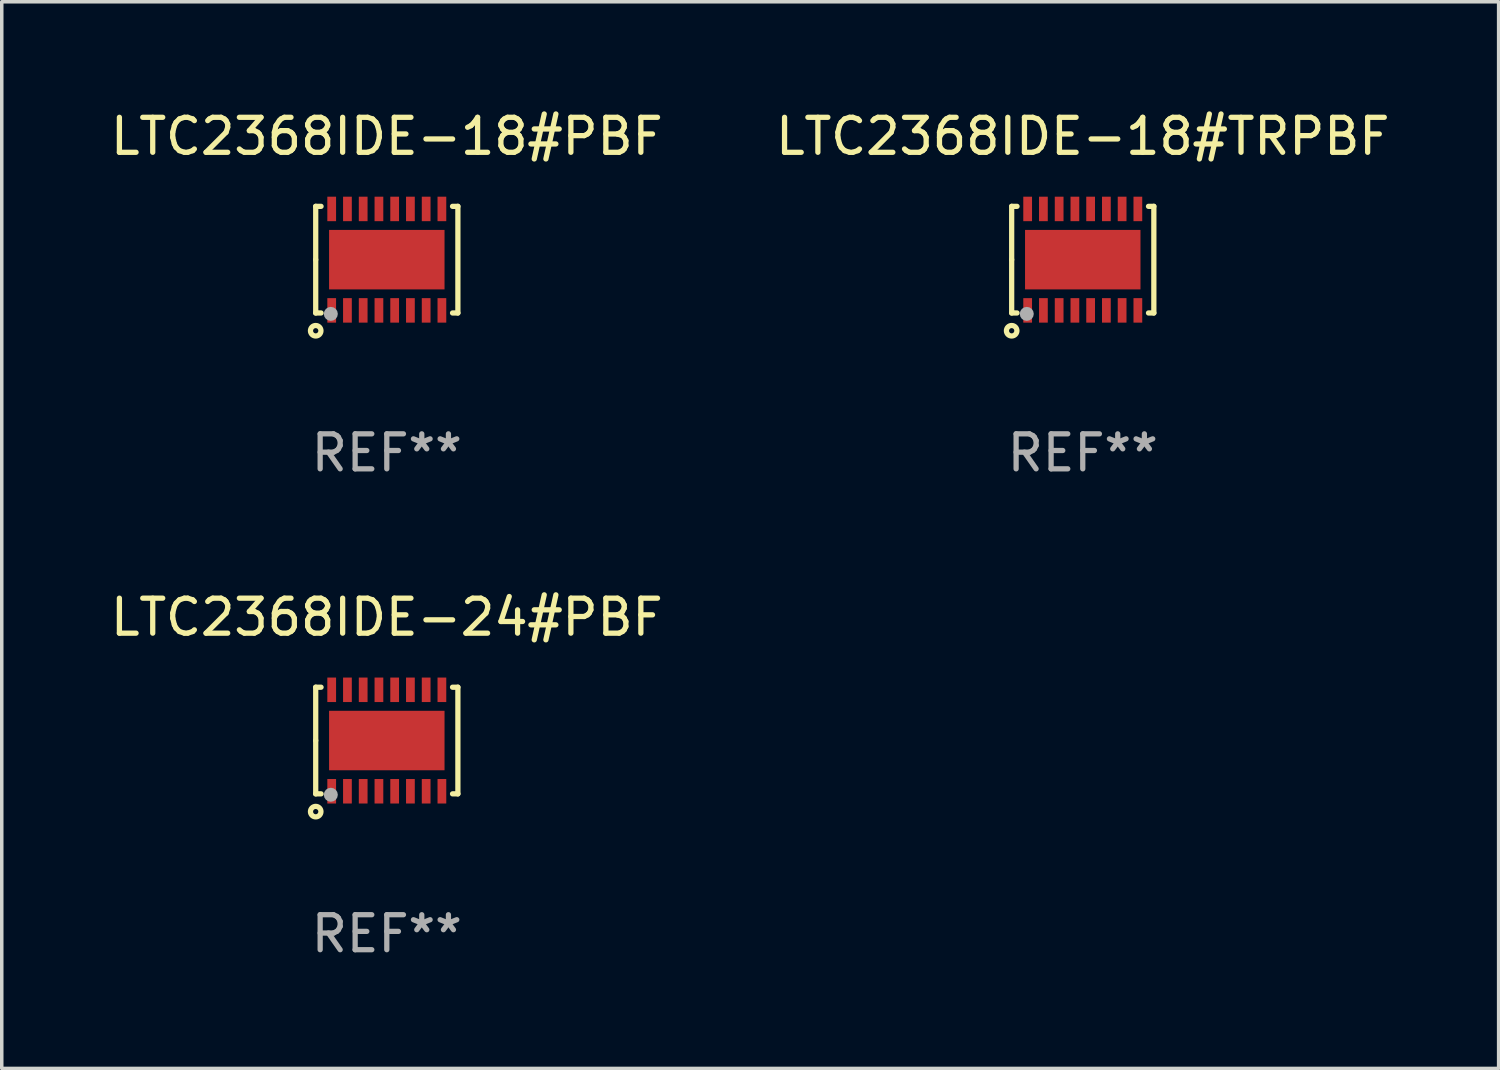
<source format=kicad_pcb>
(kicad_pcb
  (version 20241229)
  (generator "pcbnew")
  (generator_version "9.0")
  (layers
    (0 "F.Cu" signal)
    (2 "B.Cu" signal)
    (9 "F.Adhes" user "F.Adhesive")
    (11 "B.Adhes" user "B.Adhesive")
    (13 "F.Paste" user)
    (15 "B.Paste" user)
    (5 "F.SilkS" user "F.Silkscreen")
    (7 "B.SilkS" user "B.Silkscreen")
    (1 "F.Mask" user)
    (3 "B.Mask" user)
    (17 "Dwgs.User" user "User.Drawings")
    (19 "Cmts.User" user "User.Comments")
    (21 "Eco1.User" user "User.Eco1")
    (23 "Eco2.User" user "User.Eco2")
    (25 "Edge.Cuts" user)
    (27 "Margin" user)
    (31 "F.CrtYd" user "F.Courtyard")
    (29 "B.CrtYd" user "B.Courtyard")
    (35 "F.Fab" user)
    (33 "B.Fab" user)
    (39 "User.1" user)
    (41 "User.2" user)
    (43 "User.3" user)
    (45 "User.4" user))
  (footprint "LTC2368IDE-18#PBF"
    (layer "F.Cu")
    (at 8.006 4.372)
    (property "Reference" "LTC2368IDE-18#PBF" (at 0 -3.524 0) (layer "F.SilkS") (effects (font (size 1 1) (thickness 0.15))))
    (attr through_hole)
    (fp_line (start -2.032 -1.524) (end -1.879 -1.524) (stroke (width 0.15) (type solid)) (layer "F.SilkS"))
    (fp_line (start -2.032 0) (end -2.032 -1.524) (stroke (width 0.15) (type solid)) (layer "F.SilkS"))
    (fp_line (start -2.032 1.524) (end -2.032 0) (stroke (width 0.15) (type solid)) (layer "F.SilkS"))
    (fp_line (start -1.879 1.524) (end -2.032 1.524) (stroke (width 0.15) (type solid)) (layer "F.SilkS"))
    (fp_line (start 1.879 -1.524) (end 2.032 -1.524) (stroke (width 0.15) (type solid)) (layer "F.SilkS"))
    (fp_line (start 2.032 -1.524) (end 2.032 1.524) (stroke (width 0.15) (type solid)) (layer "F.SilkS"))
    (fp_line (start 2.032 1.524) (end 1.879 1.524) (stroke (width 0.15) (type solid)) (layer "F.SilkS"))
    (fp_circle (center -2.032 2.032) (end -1.882 2.032) (stroke (width 0.15) (type solid)) (fill no) (layer "F.SilkS"))
    (fp_circle (center -2 1.5) (end -1.97 1.5) (stroke (width 0.06) (type solid)) (fill no) (layer "F.SilkS"))
    (fp_circle (center -1.6 1.55) (end -1.5 1.55) (stroke (width 0.2) (type solid)) (fill no) (layer "F.Fab"))
    (fp_text user "REF**" (at 0 5.524 0) (layer "F.Fab") (effects (font (size 1 1) (thickness 0.15))))
    (pad "1" smd rect (at -1.575 1.45 90) (size 0.7 0.25) (layers "F.Cu" "F.Mask" "F.Paste"))
    (pad "2" smd rect (at -1.125 1.45 90) (size 0.7 0.25) (layers "F.Cu" "F.Mask" "F.Paste"))
    (pad "3" smd rect (at -0.675 1.45 90) (size 0.7 0.25) (layers "F.Cu" "F.Mask" "F.Paste"))
    (pad "4" smd rect (at -0.225 1.45 90) (size 0.7 0.25) (layers "F.Cu" "F.Mask" "F.Paste"))
    (pad "5" smd rect (at 0.225 1.45 90) (size 0.7 0.25) (layers "F.Cu" "F.Mask" "F.Paste"))
    (pad "6" smd rect (at 0.675 1.45 90) (size 0.7 0.25) (layers "F.Cu" "F.Mask" "F.Paste"))
    (pad "7" smd rect (at 1.125 1.45 90) (size 0.7 0.25) (layers "F.Cu" "F.Mask" "F.Paste"))
    (pad "8" smd rect (at 1.575 1.45 90) (size 0.7 0.25) (layers "F.Cu" "F.Mask" "F.Paste"))
    (pad "9" smd rect (at 1.575 -1.45 90) (size 0.7 0.25) (layers "F.Cu" "F.Mask" "F.Paste"))
    (pad "10" smd rect (at 1.125 -1.45 90) (size 0.7 0.25) (layers "F.Cu" "F.Mask" "F.Paste"))
    (pad "11" smd rect (at 0.675 -1.45 90) (size 0.7 0.25) (layers "F.Cu" "F.Mask" "F.Paste"))
    (pad "12" smd rect (at 0.225 -1.45 90) (size 0.7 0.25) (layers "F.Cu" "F.Mask" "F.Paste"))
    (pad "13" smd rect (at -0.225 -1.45 90) (size 0.7 0.25) (layers "F.Cu" "F.Mask" "F.Paste"))
    (pad "14" smd rect (at -0.675 -1.45 90) (size 0.7 0.25) (layers "F.Cu" "F.Mask" "F.Paste"))
    (pad "15" smd rect (at -1.125 -1.45 90) (size 0.7 0.25) (layers "F.Cu" "F.Mask" "F.Paste"))
    (pad "16" smd rect (at -1.575 -1.45 90) (size 0.7 0.25) (layers "F.Cu" "F.Mask" "F.Paste"))
    (pad "17" smd rect (at 0.000127 0 90) (size 1.7 3.3) (layers "F.Cu" "F.Mask" "F.Paste")))
  (footprint "LTC2368IDE-18#TRPBF"
    (layer "F.Cu")
    (at 27.899 4.372)
    (property "Reference" "LTC2368IDE-18#TRPBF" (at 0 -3.524 0) (layer "F.SilkS") (effects (font (size 1 1) (thickness 0.15))))
    (attr through_hole)
    (fp_line (start -2.032 -1.524) (end -1.879 -1.524) (stroke (width 0.15) (type solid)) (layer "F.SilkS"))
    (fp_line (start -2.032 0) (end -2.032 -1.524) (stroke (width 0.15) (type solid)) (layer "F.SilkS"))
    (fp_line (start -2.032 1.524) (end -2.032 0) (stroke (width 0.15) (type solid)) (layer "F.SilkS"))
    (fp_line (start -1.879 1.524) (end -2.032 1.524) (stroke (width 0.15) (type solid)) (layer "F.SilkS"))
    (fp_line (start 1.879 -1.524) (end 2.032 -1.524) (stroke (width 0.15) (type solid)) (layer "F.SilkS"))
    (fp_line (start 2.032 -1.524) (end 2.032 1.524) (stroke (width 0.15) (type solid)) (layer "F.SilkS"))
    (fp_line (start 2.032 1.524) (end 1.879 1.524) (stroke (width 0.15) (type solid)) (layer "F.SilkS"))
    (fp_circle (center -2.032 2.032) (end -1.882 2.032) (stroke (width 0.15) (type solid)) (fill no) (layer "F.SilkS"))
    (fp_circle (center -2 1.5) (end -1.97 1.5) (stroke (width 0.06) (type solid)) (fill no) (layer "F.SilkS"))
    (fp_circle (center -1.6 1.55) (end -1.5 1.55) (stroke (width 0.2) (type solid)) (fill no) (layer "F.Fab"))
    (fp_text user "REF**" (at 0 5.524 0) (layer "F.Fab") (effects (font (size 1 1) (thickness 0.15))))
    (pad "1" smd rect (at -1.575 1.45 90) (size 0.7 0.25) (layers "F.Cu" "F.Mask" "F.Paste"))
    (pad "2" smd rect (at -1.125 1.45 90) (size 0.7 0.25) (layers "F.Cu" "F.Mask" "F.Paste"))
    (pad "3" smd rect (at -0.675 1.45 90) (size 0.7 0.25) (layers "F.Cu" "F.Mask" "F.Paste"))
    (pad "4" smd rect (at -0.225 1.45 90) (size 0.7 0.25) (layers "F.Cu" "F.Mask" "F.Paste"))
    (pad "5" smd rect (at 0.225 1.45 90) (size 0.7 0.25) (layers "F.Cu" "F.Mask" "F.Paste"))
    (pad "6" smd rect (at 0.675 1.45 90) (size 0.7 0.25) (layers "F.Cu" "F.Mask" "F.Paste"))
    (pad "7" smd rect (at 1.125 1.45 90) (size 0.7 0.25) (layers "F.Cu" "F.Mask" "F.Paste"))
    (pad "8" smd rect (at 1.575 1.45 90) (size 0.7 0.25) (layers "F.Cu" "F.Mask" "F.Paste"))
    (pad "9" smd rect (at 1.575 -1.45 90) (size 0.7 0.25) (layers "F.Cu" "F.Mask" "F.Paste"))
    (pad "10" smd rect (at 1.125 -1.45 90) (size 0.7 0.25) (layers "F.Cu" "F.Mask" "F.Paste"))
    (pad "11" smd rect (at 0.675 -1.45 90) (size 0.7 0.25) (layers "F.Cu" "F.Mask" "F.Paste"))
    (pad "12" smd rect (at 0.225 -1.45 90) (size 0.7 0.25) (layers "F.Cu" "F.Mask" "F.Paste"))
    (pad "13" smd rect (at -0.225 -1.45 90) (size 0.7 0.25) (layers "F.Cu" "F.Mask" "F.Paste"))
    (pad "14" smd rect (at -0.675 -1.45 90) (size 0.7 0.25) (layers "F.Cu" "F.Mask" "F.Paste"))
    (pad "15" smd rect (at -1.125 -1.45 90) (size 0.7 0.25) (layers "F.Cu" "F.Mask" "F.Paste"))
    (pad "16" smd rect (at -1.575 -1.45 90) (size 0.7 0.25) (layers "F.Cu" "F.Mask" "F.Paste"))
    (pad "17" smd rect (at 0.000127 0 90) (size 1.7 3.3) (layers "F.Cu" "F.Mask" "F.Paste")))
  (footprint "LTC2368IDE-24#PBF"
    (layer "F.Cu")
    (at 8.006 18.117)
    (property "Reference" "LTC2368IDE-24#PBF" (at 0 -3.524 0) (layer "F.SilkS") (effects (font (size 1 1) (thickness 0.15))))
    (attr through_hole)
    (fp_line (start -2.032 -1.524) (end -1.879 -1.524) (stroke (width 0.15) (type solid)) (layer "F.SilkS"))
    (fp_line (start -2.032 0) (end -2.032 -1.524) (stroke (width 0.15) (type solid)) (layer "F.SilkS"))
    (fp_line (start -2.032 1.524) (end -2.032 0) (stroke (width 0.15) (type solid)) (layer "F.SilkS"))
    (fp_line (start -1.879 1.524) (end -2.032 1.524) (stroke (width 0.15) (type solid)) (layer "F.SilkS"))
    (fp_line (start 1.879 -1.524) (end 2.032 -1.524) (stroke (width 0.15) (type solid)) (layer "F.SilkS"))
    (fp_line (start 2.032 -1.524) (end 2.032 1.524) (stroke (width 0.15) (type solid)) (layer "F.SilkS"))
    (fp_line (start 2.032 1.524) (end 1.879 1.524) (stroke (width 0.15) (type solid)) (layer "F.SilkS"))
    (fp_circle (center -2.032 2.032) (end -1.882 2.032) (stroke (width 0.15) (type solid)) (fill no) (layer "F.SilkS"))
    (fp_circle (center -2 1.5) (end -1.97 1.5) (stroke (width 0.06) (type solid)) (fill no) (layer "F.SilkS"))
    (fp_circle (center -1.6 1.55) (end -1.5 1.55) (stroke (width 0.2) (type solid)) (fill no) (layer "F.Fab"))
    (fp_text user "REF**" (at 0 5.524 0) (layer "F.Fab") (effects (font (size 1 1) (thickness 0.15))))
    (pad "1" smd rect (at -1.575 1.45 90) (size 0.7 0.25) (layers "F.Cu" "F.Mask" "F.Paste"))
    (pad "2" smd rect (at -1.125 1.45 90) (size 0.7 0.25) (layers "F.Cu" "F.Mask" "F.Paste"))
    (pad "3" smd rect (at -0.675 1.45 90) (size 0.7 0.25) (layers "F.Cu" "F.Mask" "F.Paste"))
    (pad "4" smd rect (at -0.225 1.45 90) (size 0.7 0.25) (layers "F.Cu" "F.Mask" "F.Paste"))
    (pad "5" smd rect (at 0.225 1.45 90) (size 0.7 0.25) (layers "F.Cu" "F.Mask" "F.Paste"))
    (pad "6" smd rect (at 0.675 1.45 90) (size 0.7 0.25) (layers "F.Cu" "F.Mask" "F.Paste"))
    (pad "7" smd rect (at 1.125 1.45 90) (size 0.7 0.25) (layers "F.Cu" "F.Mask" "F.Paste"))
    (pad "8" smd rect (at 1.575 1.45 90) (size 0.7 0.25) (layers "F.Cu" "F.Mask" "F.Paste"))
    (pad "9" smd rect (at 1.575 -1.45 90) (size 0.7 0.25) (layers "F.Cu" "F.Mask" "F.Paste"))
    (pad "10" smd rect (at 1.125 -1.45 90) (size 0.7 0.25) (layers "F.Cu" "F.Mask" "F.Paste"))
    (pad "11" smd rect (at 0.675 -1.45 90) (size 0.7 0.25) (layers "F.Cu" "F.Mask" "F.Paste"))
    (pad "12" smd rect (at 0.225 -1.45 90) (size 0.7 0.25) (layers "F.Cu" "F.Mask" "F.Paste"))
    (pad "13" smd rect (at -0.225 -1.45 90) (size 0.7 0.25) (layers "F.Cu" "F.Mask" "F.Paste"))
    (pad "14" smd rect (at -0.675 -1.45 90) (size 0.7 0.25) (layers "F.Cu" "F.Mask" "F.Paste"))
    (pad "15" smd rect (at -1.125 -1.45 90) (size 0.7 0.25) (layers "F.Cu" "F.Mask" "F.Paste"))
    (pad "16" smd rect (at -1.575 -1.45 90) (size 0.7 0.25) (layers "F.Cu" "F.Mask" "F.Paste"))
    (pad "17" smd rect (at 0.000127 0 90) (size 1.7 3.3) (layers "F.Cu" "F.Mask" "F.Paste")))
  (gr_rect
    (start -3 -3)
    (end 39.786 27.489)
    (stroke (width 0.1) (type default))
    (fill no)
    (layer "Edge.Cuts")))
</source>
